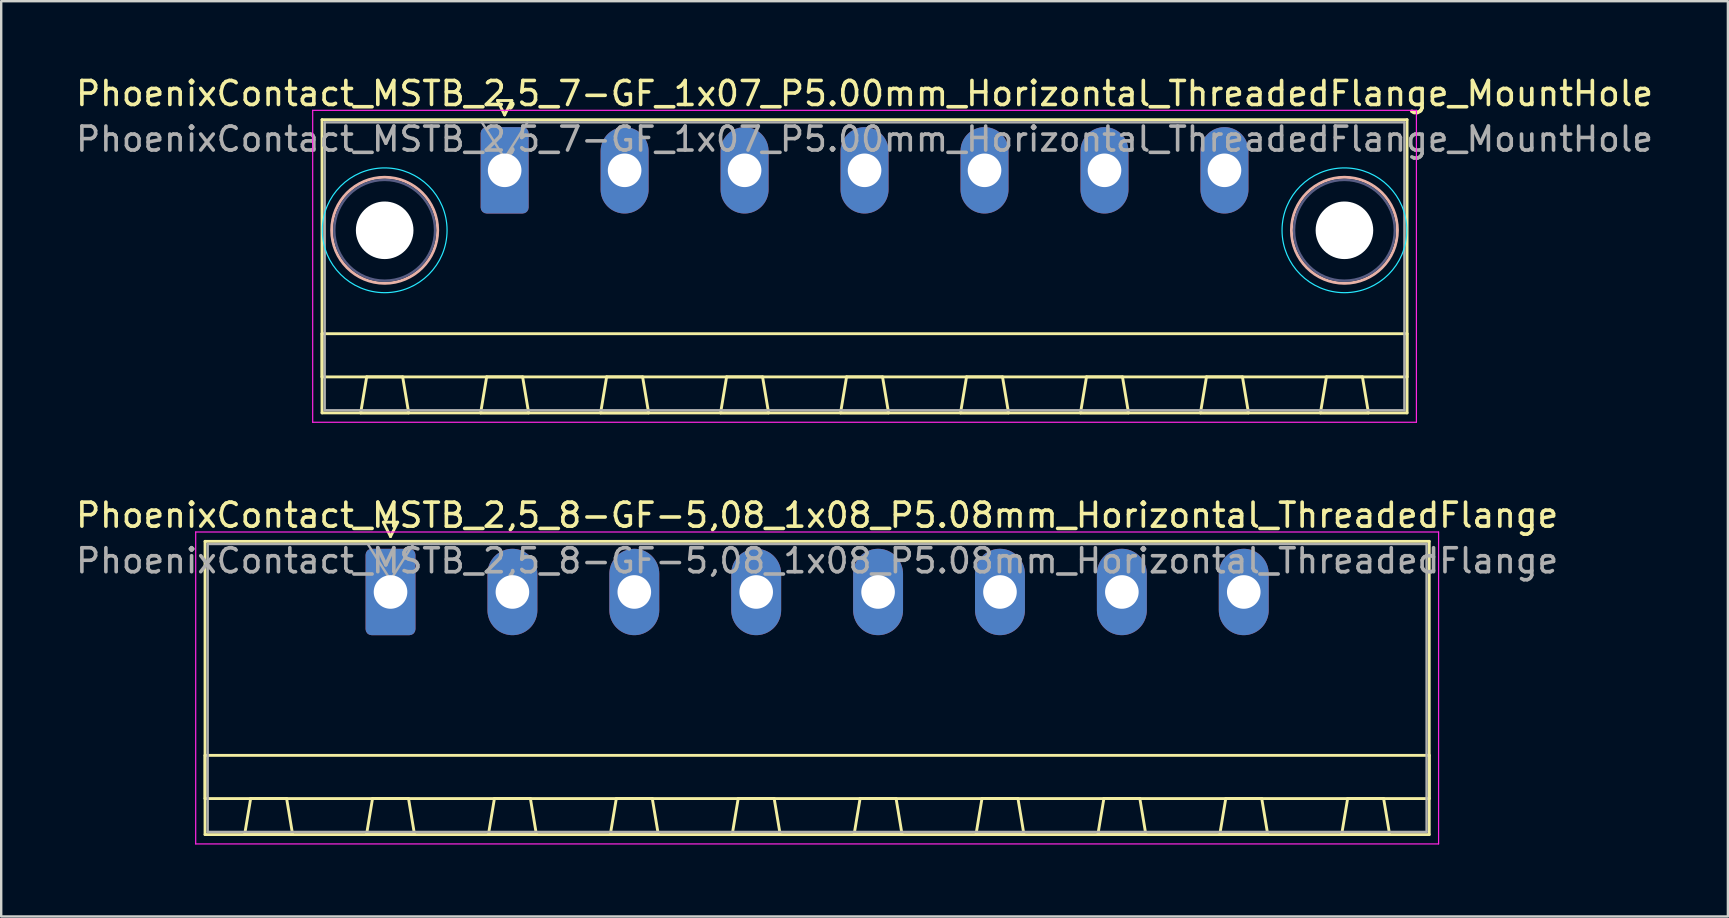
<source format=kicad_pcb>
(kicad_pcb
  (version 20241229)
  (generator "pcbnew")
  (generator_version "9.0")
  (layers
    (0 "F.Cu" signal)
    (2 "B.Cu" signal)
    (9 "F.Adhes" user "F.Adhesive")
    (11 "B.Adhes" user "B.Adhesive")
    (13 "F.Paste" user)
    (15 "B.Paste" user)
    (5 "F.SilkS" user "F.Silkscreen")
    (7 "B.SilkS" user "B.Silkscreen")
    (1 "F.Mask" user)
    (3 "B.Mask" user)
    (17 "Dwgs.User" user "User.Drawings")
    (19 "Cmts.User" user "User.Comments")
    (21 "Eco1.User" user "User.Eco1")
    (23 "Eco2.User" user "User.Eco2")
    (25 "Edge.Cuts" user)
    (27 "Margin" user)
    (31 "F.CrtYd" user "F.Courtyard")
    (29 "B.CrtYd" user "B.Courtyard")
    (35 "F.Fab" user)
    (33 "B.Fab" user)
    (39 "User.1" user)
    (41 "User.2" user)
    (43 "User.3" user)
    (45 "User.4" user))
  (footprint "PhoenixContact_MSTB_2,5_8-GF-5,08_1x08_P5.08mm_Horizontal_ThreadedFlange"
    (layer "F.Cu")
    (at 13.226 21.622)
    (property "Reference" "PhoenixContact_MSTB_2,5_8-GF-5,08_1x08_P5.08mm_Horizontal_ThreadedFlange" (at 17.78 -3.2 0) (layer "F.SilkS") (effects (font (size 1 1) (thickness 0.15))))
    (attr through_hole)
    (fp_line (start -7.73 -2.11) (end -7.73 10.11) (stroke (width 0.12) (type solid)) (layer "F.SilkS"))
    (fp_line (start -7.73 6.81) (end 43.29 6.81) (stroke (width 0.12) (type solid)) (layer "F.SilkS"))
    (fp_line (start -7.73 8.61) (end -7.73 6.81) (stroke (width 0.12) (type solid)) (layer "F.SilkS"))
    (fp_line (start -7.73 10.11) (end 43.29 10.11) (stroke (width 0.12) (type solid)) (layer "F.SilkS"))
    (fp_line (start -6.08 10.11) (end -4.08 10.11) (stroke (width 0.12) (type solid)) (layer "F.SilkS"))
    (fp_line (start -5.83 8.61) (end -6.08 10.11) (stroke (width 0.12) (type solid)) (layer "F.SilkS"))
    (fp_line (start -4.33 8.61) (end -5.83 8.61) (stroke (width 0.12) (type solid)) (layer "F.SilkS"))
    (fp_line (start -4.08 10.11) (end -4.33 8.61) (stroke (width 0.12) (type solid)) (layer "F.SilkS"))
    (fp_line (start -1 10.11) (end 1 10.11) (stroke (width 0.12) (type solid)) (layer "F.SilkS"))
    (fp_line (start -0.75 8.61) (end -1 10.11) (stroke (width 0.12) (type solid)) (layer "F.SilkS"))
    (fp_line (start -0.3 -2.91) (end 0.3 -2.91) (stroke (width 0.12) (type solid)) (layer "F.SilkS"))
    (fp_line (start 0 -2.31) (end -0.3 -2.91) (stroke (width 0.12) (type solid)) (layer "F.SilkS"))
    (fp_line (start 0.3 -2.91) (end 0 -2.31) (stroke (width 0.12) (type solid)) (layer "F.SilkS"))
    (fp_line (start 0.75 8.61) (end -0.75 8.61) (stroke (width 0.12) (type solid)) (layer "F.SilkS"))
    (fp_line (start 1 10.11) (end 0.75 8.61) (stroke (width 0.12) (type solid)) (layer "F.SilkS"))
    (fp_line (start 4.08 10.11) (end 6.08 10.11) (stroke (width 0.12) (type solid)) (layer "F.SilkS"))
    (fp_line (start 4.33 8.61) (end 4.08 10.11) (stroke (width 0.12) (type solid)) (layer "F.SilkS"))
    (fp_line (start 5.83 8.61) (end 4.33 8.61) (stroke (width 0.12) (type solid)) (layer "F.SilkS"))
    (fp_line (start 6.08 10.11) (end 5.83 8.61) (stroke (width 0.12) (type solid)) (layer "F.SilkS"))
    (fp_line (start 9.16 10.11) (end 11.16 10.11) (stroke (width 0.12) (type solid)) (layer "F.SilkS"))
    (fp_line (start 9.41 8.61) (end 9.16 10.11) (stroke (width 0.12) (type solid)) (layer "F.SilkS"))
    (fp_line (start 10.91 8.61) (end 9.41 8.61) (stroke (width 0.12) (type solid)) (layer "F.SilkS"))
    (fp_line (start 11.16 10.11) (end 10.91 8.61) (stroke (width 0.12) (type solid)) (layer "F.SilkS"))
    (fp_line (start 14.24 10.11) (end 16.24 10.11) (stroke (width 0.12) (type solid)) (layer "F.SilkS"))
    (fp_line (start 14.49 8.61) (end 14.24 10.11) (stroke (width 0.12) (type solid)) (layer "F.SilkS"))
    (fp_line (start 15.99 8.61) (end 14.49 8.61) (stroke (width 0.12) (type solid)) (layer "F.SilkS"))
    (fp_line (start 16.24 10.11) (end 15.99 8.61) (stroke (width 0.12) (type solid)) (layer "F.SilkS"))
    (fp_line (start 19.32 10.11) (end 21.32 10.11) (stroke (width 0.12) (type solid)) (layer "F.SilkS"))
    (fp_line (start 19.57 8.61) (end 19.32 10.11) (stroke (width 0.12) (type solid)) (layer "F.SilkS"))
    (fp_line (start 21.07 8.61) (end 19.57 8.61) (stroke (width 0.12) (type solid)) (layer "F.SilkS"))
    (fp_line (start 21.32 10.11) (end 21.07 8.61) (stroke (width 0.12) (type solid)) (layer "F.SilkS"))
    (fp_line (start 24.4 10.11) (end 26.4 10.11) (stroke (width 0.12) (type solid)) (layer "F.SilkS"))
    (fp_line (start 24.65 8.61) (end 24.4 10.11) (stroke (width 0.12) (type solid)) (layer "F.SilkS"))
    (fp_line (start 26.15 8.61) (end 24.65 8.61) (stroke (width 0.12) (type solid)) (layer "F.SilkS"))
    (fp_line (start 26.4 10.11) (end 26.15 8.61) (stroke (width 0.12) (type solid)) (layer "F.SilkS"))
    (fp_line (start 29.48 10.11) (end 31.48 10.11) (stroke (width 0.12) (type solid)) (layer "F.SilkS"))
    (fp_line (start 29.73 8.61) (end 29.48 10.11) (stroke (width 0.12) (type solid)) (layer "F.SilkS"))
    (fp_line (start 31.23 8.61) (end 29.73 8.61) (stroke (width 0.12) (type solid)) (layer "F.SilkS"))
    (fp_line (start 31.48 10.11) (end 31.23 8.61) (stroke (width 0.12) (type solid)) (layer "F.SilkS"))
    (fp_line (start 34.56 10.11) (end 36.56 10.11) (stroke (width 0.12) (type solid)) (layer "F.SilkS"))
    (fp_line (start 34.81 8.61) (end 34.56 10.11) (stroke (width 0.12) (type solid)) (layer "F.SilkS"))
    (fp_line (start 36.31 8.61) (end 34.81 8.61) (stroke (width 0.12) (type solid)) (layer "F.SilkS"))
    (fp_line (start 36.56 10.11) (end 36.31 8.61) (stroke (width 0.12) (type solid)) (layer "F.SilkS"))
    (fp_line (start 39.64 10.11) (end 41.64 10.11) (stroke (width 0.12) (type solid)) (layer "F.SilkS"))
    (fp_line (start 39.89 8.61) (end 39.64 10.11) (stroke (width 0.12) (type solid)) (layer "F.SilkS"))
    (fp_line (start 41.39 8.61) (end 39.89 8.61) (stroke (width 0.12) (type solid)) (layer "F.SilkS"))
    (fp_line (start 41.64 10.11) (end 41.39 8.61) (stroke (width 0.12) (type solid)) (layer "F.SilkS"))
    (fp_line (start 43.29 -2.11) (end -7.73 -2.11) (stroke (width 0.12) (type solid)) (layer "F.SilkS"))
    (fp_line (start 43.29 6.81) (end 43.29 8.61) (stroke (width 0.12) (type solid)) (layer "F.SilkS"))
    (fp_line (start 43.29 8.61) (end -7.73 8.61) (stroke (width 0.12) (type solid)) (layer "F.SilkS"))
    (fp_line (start 43.29 10.11) (end 43.29 -2.11) (stroke (width 0.12) (type solid)) (layer "F.SilkS"))
    (fp_line (start -8.12 -2.5) (end -8.12 10.5) (stroke (width 0.05) (type solid)) (layer "F.CrtYd"))
    (fp_line (start -8.12 10.5) (end 43.68 10.5) (stroke (width 0.05) (type solid)) (layer "F.CrtYd"))
    (fp_line (start 43.68 -2.5) (end -8.12 -2.5) (stroke (width 0.05) (type solid)) (layer "F.CrtYd"))
    (fp_line (start 43.68 10.5) (end 43.68 -2.5) (stroke (width 0.05) (type solid)) (layer "F.CrtYd"))
    (fp_line (start -7.62 -2) (end -7.62 10) (stroke (width 0.1) (type solid)) (layer "F.Fab"))
    (fp_line (start -7.62 10) (end 43.18 10) (stroke (width 0.1) (type solid)) (layer "F.Fab"))
    (fp_line (start 0 -0.5) (end -0.95 -2) (stroke (width 0.1) (type solid)) (layer "F.Fab"))
    (fp_line (start 0.95 -2) (end 0 -0.5) (stroke (width 0.1) (type solid)) (layer "F.Fab"))
    (fp_line (start 43.18 -2) (end -7.62 -2) (stroke (width 0.1) (type solid)) (layer "F.Fab"))
    (fp_line (start 43.18 10) (end 43.18 -2) (stroke (width 0.1) (type solid)) (layer "F.Fab"))
    (fp_text user "${REFERENCE}" (at 17.78 -1.3 0) (layer "F.Fab") (effects (font (size 1 1) (thickness 0.15))))
    (pad "1" thru_hole roundrect (at 0 0) (size 2.08 3.6) (drill 1.4) (layers "*.Cu" "*.Mask") (roundrect_rratio 0.12))
    (pad "2" thru_hole oval (at 5.08 0) (size 2.08 3.6) (drill 1.4) (layers "*.Cu" "*.Mask"))
    (pad "3" thru_hole oval (at 10.16 0) (size 2.08 3.6) (drill 1.4) (layers "*.Cu" "*.Mask"))
    (pad "4" thru_hole oval (at 15.24 0) (size 2.08 3.6) (drill 1.4) (layers "*.Cu" "*.Mask"))
    (pad "5" thru_hole oval (at 20.32 0) (size 2.08 3.6) (drill 1.4) (layers "*.Cu" "*.Mask"))
    (pad "6" thru_hole oval (at 25.4 0) (size 2.08 3.6) (drill 1.4) (layers "*.Cu" "*.Mask"))
    (pad "7" thru_hole oval (at 30.48 0) (size 2.08 3.6) (drill 1.4) (layers "*.Cu" "*.Mask"))
    (pad "8" thru_hole oval (at 35.56 0) (size 2.08 3.6) (drill 1.4) (layers "*.Cu" "*.Mask")))
  (footprint "PhoenixContact_MSTB_2,5_7-GF_1x07_P5.00mm_Horizontal_ThreadedFlange_MountHole"
    (layer "F.Cu")
    (at 17.982 4.048)
    (property "Reference" "PhoenixContact_MSTB_2,5_7-GF_1x07_P5.00mm_Horizontal_ThreadedFlange_MountHole" (at 15 -3.2 0) (layer "F.SilkS") (effects (font (size 1 1) (thickness 0.15))))
    (attr through_hole)
    (fp_line (start -7.61 -2.11) (end -7.61 10.11) (stroke (width 0.12) (type solid)) (layer "F.SilkS"))
    (fp_line (start -7.61 6.81) (end 37.61 6.81) (stroke (width 0.12) (type solid)) (layer "F.SilkS"))
    (fp_line (start -7.61 8.61) (end -7.61 6.81) (stroke (width 0.12) (type solid)) (layer "F.SilkS"))
    (fp_line (start -7.61 10.11) (end 37.61 10.11) (stroke (width 0.12) (type solid)) (layer "F.SilkS"))
    (fp_line (start -6 10.11) (end -4 10.11) (stroke (width 0.12) (type solid)) (layer "F.SilkS"))
    (fp_line (start -5.75 8.61) (end -6 10.11) (stroke (width 0.12) (type solid)) (layer "F.SilkS"))
    (fp_line (start -4.25 8.61) (end -5.75 8.61) (stroke (width 0.12) (type solid)) (layer "F.SilkS"))
    (fp_line (start -4 10.11) (end -4.25 8.61) (stroke (width 0.12) (type solid)) (layer "F.SilkS"))
    (fp_line (start -1 10.11) (end 1 10.11) (stroke (width 0.12) (type solid)) (layer "F.SilkS"))
    (fp_line (start -0.75 8.61) (end -1 10.11) (stroke (width 0.12) (type solid)) (layer "F.SilkS"))
    (fp_line (start -0.3 -2.91) (end 0.3 -2.91) (stroke (width 0.12) (type solid)) (layer "F.SilkS"))
    (fp_line (start 0 -2.31) (end -0.3 -2.91) (stroke (width 0.12) (type solid)) (layer "F.SilkS"))
    (fp_line (start 0.3 -2.91) (end 0 -2.31) (stroke (width 0.12) (type solid)) (layer "F.SilkS"))
    (fp_line (start 0.75 8.61) (end -0.75 8.61) (stroke (width 0.12) (type solid)) (layer "F.SilkS"))
    (fp_line (start 1 10.11) (end 0.75 8.61) (stroke (width 0.12) (type solid)) (layer "F.SilkS"))
    (fp_line (start 4 10.11) (end 6 10.11) (stroke (width 0.12) (type solid)) (layer "F.SilkS"))
    (fp_line (start 4.25 8.61) (end 4 10.11) (stroke (width 0.12) (type solid)) (layer "F.SilkS"))
    (fp_line (start 5.75 8.61) (end 4.25 8.61) (stroke (width 0.12) (type solid)) (layer "F.SilkS"))
    (fp_line (start 6 10.11) (end 5.75 8.61) (stroke (width 0.12) (type solid)) (layer "F.SilkS"))
    (fp_line (start 9 10.11) (end 11 10.11) (stroke (width 0.12) (type solid)) (layer "F.SilkS"))
    (fp_line (start 9.25 8.61) (end 9 10.11) (stroke (width 0.12) (type solid)) (layer "F.SilkS"))
    (fp_line (start 10.75 8.61) (end 9.25 8.61) (stroke (width 0.12) (type solid)) (layer "F.SilkS"))
    (fp_line (start 11 10.11) (end 10.75 8.61) (stroke (width 0.12) (type solid)) (layer "F.SilkS"))
    (fp_line (start 14 10.11) (end 16 10.11) (stroke (width 0.12) (type solid)) (layer "F.SilkS"))
    (fp_line (start 14.25 8.61) (end 14 10.11) (stroke (width 0.12) (type solid)) (layer "F.SilkS"))
    (fp_line (start 15.75 8.61) (end 14.25 8.61) (stroke (width 0.12) (type solid)) (layer "F.SilkS"))
    (fp_line (start 16 10.11) (end 15.75 8.61) (stroke (width 0.12) (type solid)) (layer "F.SilkS"))
    (fp_line (start 19 10.11) (end 21 10.11) (stroke (width 0.12) (type solid)) (layer "F.SilkS"))
    (fp_line (start 19.25 8.61) (end 19 10.11) (stroke (width 0.12) (type solid)) (layer "F.SilkS"))
    (fp_line (start 20.75 8.61) (end 19.25 8.61) (stroke (width 0.12) (type solid)) (layer "F.SilkS"))
    (fp_line (start 21 10.11) (end 20.75 8.61) (stroke (width 0.12) (type solid)) (layer "F.SilkS"))
    (fp_line (start 24 10.11) (end 26 10.11) (stroke (width 0.12) (type solid)) (layer "F.SilkS"))
    (fp_line (start 24.25 8.61) (end 24 10.11) (stroke (width 0.12) (type solid)) (layer "F.SilkS"))
    (fp_line (start 25.75 8.61) (end 24.25 8.61) (stroke (width 0.12) (type solid)) (layer "F.SilkS"))
    (fp_line (start 26 10.11) (end 25.75 8.61) (stroke (width 0.12) (type solid)) (layer "F.SilkS"))
    (fp_line (start 29 10.11) (end 31 10.11) (stroke (width 0.12) (type solid)) (layer "F.SilkS"))
    (fp_line (start 29.25 8.61) (end 29 10.11) (stroke (width 0.12) (type solid)) (layer "F.SilkS"))
    (fp_line (start 30.75 8.61) (end 29.25 8.61) (stroke (width 0.12) (type solid)) (layer "F.SilkS"))
    (fp_line (start 31 10.11) (end 30.75 8.61) (stroke (width 0.12) (type solid)) (layer "F.SilkS"))
    (fp_line (start 34 10.11) (end 36 10.11) (stroke (width 0.12) (type solid)) (layer "F.SilkS"))
    (fp_line (start 34.25 8.61) (end 34 10.11) (stroke (width 0.12) (type solid)) (layer "F.SilkS"))
    (fp_line (start 35.75 8.61) (end 34.25 8.61) (stroke (width 0.12) (type solid)) (layer "F.SilkS"))
    (fp_line (start 36 10.11) (end 35.75 8.61) (stroke (width 0.12) (type solid)) (layer "F.SilkS"))
    (fp_line (start 37.61 -2.11) (end -7.61 -2.11) (stroke (width 0.12) (type solid)) (layer "F.SilkS"))
    (fp_line (start 37.61 6.81) (end 37.61 8.61) (stroke (width 0.12) (type solid)) (layer "F.SilkS"))
    (fp_line (start 37.61 8.61) (end -7.61 8.61) (stroke (width 0.12) (type solid)) (layer "F.SilkS"))
    (fp_line (start 37.61 10.11) (end 37.61 -2.11) (stroke (width 0.12) (type solid)) (layer "F.SilkS"))
    (fp_circle (center -5 2.5) (end -2.79 2.5) (stroke (width 0.12) (type solid)) (fill no) (layer "B.SilkS"))
    (fp_circle (center 35 2.5) (end 37.21 2.5) (stroke (width 0.12) (type solid)) (fill no) (layer "B.SilkS"))
    (fp_circle (center -5 2.5) (end -2.4 2.5) (stroke (width 0.05) (type solid)) (fill no) (layer "B.CrtYd"))
    (fp_circle (center 35 2.5) (end 37.6 2.5) (stroke (width 0.05) (type solid)) (fill no) (layer "B.CrtYd"))
    (fp_line (start -8 -2.5) (end -8 10.5) (stroke (width 0.05) (type solid)) (layer "F.CrtYd"))
    (fp_line (start -8 10.5) (end 38 10.5) (stroke (width 0.05) (type solid)) (layer "F.CrtYd"))
    (fp_line (start 38 -2.5) (end -8 -2.5) (stroke (width 0.05) (type solid)) (layer "F.CrtYd"))
    (fp_line (start 38 10.5) (end 38 -2.5) (stroke (width 0.05) (type solid)) (layer "F.CrtYd"))
    (fp_circle (center -5 2.5) (end -2.9 2.5) (stroke (width 0.1) (type solid)) (fill no) (layer "B.Fab"))
    (fp_circle (center 35 2.5) (end 37.1 2.5) (stroke (width 0.1) (type solid)) (fill no) (layer "B.Fab"))
    (fp_line (start -7.5 -2) (end -7.5 10) (stroke (width 0.1) (type solid)) (layer "F.Fab"))
    (fp_line (start -7.5 10) (end 37.5 10) (stroke (width 0.1) (type solid)) (layer "F.Fab"))
    (fp_line (start 0 -0.5) (end -0.95 -2) (stroke (width 0.1) (type solid)) (layer "F.Fab"))
    (fp_line (start 0.95 -2) (end 0 -0.5) (stroke (width 0.1) (type solid)) (layer "F.Fab"))
    (fp_line (start 37.5 -2) (end -7.5 -2) (stroke (width 0.1) (type solid)) (layer "F.Fab"))
    (fp_line (start 37.5 10) (end 37.5 -2) (stroke (width 0.1) (type solid)) (layer "F.Fab"))
    (fp_text user "${REFERENCE}" (at 15 -1.3 0) (layer "F.Fab") (effects (font (size 1 1) (thickness 0.15))))
    (pad "" np_thru_hole circle (at -5 2.5) (size 2.4 2.4) (drill 2.4) (layers "*.Cu" "*.Mask"))
    (pad "" np_thru_hole circle (at 35 2.5) (size 2.4 2.4) (drill 2.4) (layers "*.Cu" "*.Mask"))
    (pad "1" thru_hole roundrect (at 0 0) (size 2 3.6) (drill 1.4) (layers "*.Cu" "*.Mask") (roundrect_rratio 0.125))
    (pad "2" thru_hole oval (at 5 0) (size 2 3.6) (drill 1.4) (layers "*.Cu" "*.Mask"))
    (pad "3" thru_hole oval (at 10 0) (size 2 3.6) (drill 1.4) (layers "*.Cu" "*.Mask"))
    (pad "4" thru_hole oval (at 15 0) (size 2 3.6) (drill 1.4) (layers "*.Cu" "*.Mask"))
    (pad "5" thru_hole oval (at 20 0) (size 2 3.6) (drill 1.4) (layers "*.Cu" "*.Mask"))
    (pad "6" thru_hole oval (at 25 0) (size 2 3.6) (drill 1.4) (layers "*.Cu" "*.Mask"))
    (pad "7" thru_hole oval (at 30 0) (size 2 3.6) (drill 1.4) (layers "*.Cu" "*.Mask")))
  (gr_rect
    (start -3 -3)
    (end 68.964 35.147)
    (stroke (width 0.1) (type default))
    (fill no)
    (layer "Edge.Cuts")))
</source>
